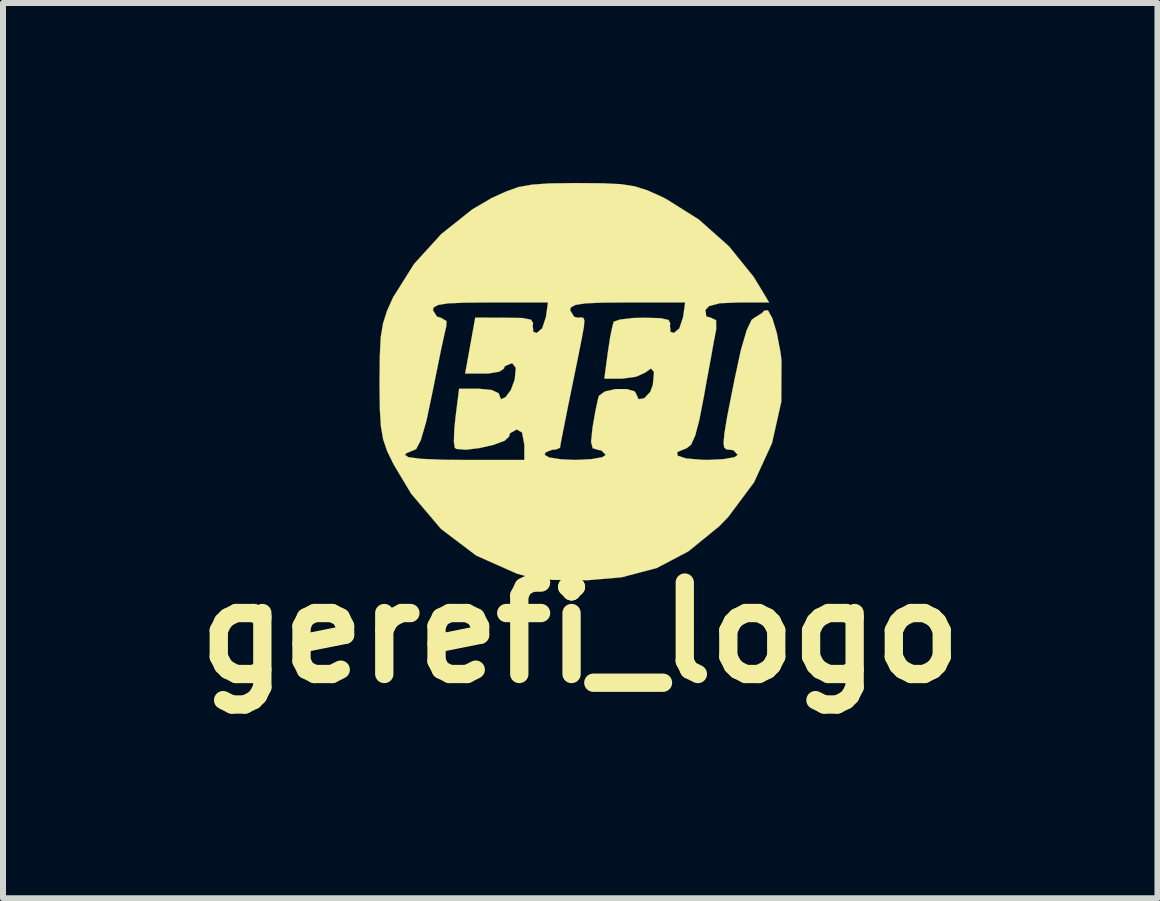
<source format=kicad_pcb>
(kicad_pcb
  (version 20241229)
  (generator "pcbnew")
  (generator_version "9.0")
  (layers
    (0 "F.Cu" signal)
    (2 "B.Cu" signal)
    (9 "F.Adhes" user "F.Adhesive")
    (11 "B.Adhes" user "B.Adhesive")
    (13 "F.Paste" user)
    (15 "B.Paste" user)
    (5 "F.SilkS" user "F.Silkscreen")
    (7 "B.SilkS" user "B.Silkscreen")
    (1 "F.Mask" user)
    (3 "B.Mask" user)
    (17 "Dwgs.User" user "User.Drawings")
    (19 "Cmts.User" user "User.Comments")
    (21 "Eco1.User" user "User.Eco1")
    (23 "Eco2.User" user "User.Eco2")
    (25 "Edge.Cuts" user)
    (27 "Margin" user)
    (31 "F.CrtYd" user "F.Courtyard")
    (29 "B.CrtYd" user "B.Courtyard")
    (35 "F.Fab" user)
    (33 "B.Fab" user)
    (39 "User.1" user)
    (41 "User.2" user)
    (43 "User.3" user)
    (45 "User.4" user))
  (footprint "gerefi_logo"
    (layer "F.Cu")
    (at 6.619 3.344)
    (property "Reference" "gerefi_logo" (at 0 4.148 0) (layer "F.SilkS") (effects (font (size 1.524 1.524) (thickness 0.305))))
    (attr through_hole)
    (fp_poly (pts (xy 3.353 -0.396) (xy 3.35 0.3) (xy 3.195 0.991) (xy 2.896 1.643) (xy 2.466 2.22) (xy 2.314 2.377) (xy 1.801 2.794) (xy 1.275 3.071) (xy 0.688 3.226) (xy 0.127 3.274) (xy -0.467 3.269) (xy -0.927 3.2) (xy -1.057 3.165) (xy -1.735 2.863) (xy -2.322 2.418) (xy -2.819 1.831) (xy -3.109 1.346) (xy -3.216 1.128) (xy -3.284 0.93) (xy -3.322 0.709) (xy -3.34 0.419) (xy -3.345 0.01) (xy -3.345 -0.043) (xy -3.34 -0.467) (xy -3.325 -0.772) (xy -3.287 -1.003) (xy -3.221 -1.212) (xy -3.117 -1.443) (xy -3.101 -1.468) (xy -2.769 -1.996) (xy -2.316 -2.494) (xy -1.798 -2.906) (xy -1.476 -3.094) (xy -1.237 -3.203) (xy -1.031 -3.277) (xy -0.805 -3.317) (xy -0.516 -3.338) (xy -0.109 -3.343) (xy -0.041 -3.343) (xy 0.378 -3.34) (xy 0.681 -3.325) (xy 0.909 -3.289) (xy 1.118 -3.223) (xy 1.354 -3.117) (xy 1.44 -3.073) (xy 1.976 -2.736) (xy 2.479 -2.289) (xy 2.888 -1.783) (xy 2.957 -1.671) (xy 3.147 -1.354) (xy 2.639 -1.354) (xy 2.327 -1.341) (xy 2.149 -1.295) (xy 2.085 -1.229) (xy 2.101 -1.12) (xy 2.172 -1.102) (xy 2.263 -1.059) (xy 2.266 -0.907) (xy 2.258 -0.869) (xy 2.223 -0.686) (xy 2.169 -0.386) (xy 2.101 -0.018) (xy 2.062 0.203) (xy 1.984 0.605) (xy 1.915 0.866) (xy 1.847 1.016) (xy 1.77 1.077) (xy 1.76 1.079) (xy 1.748 1.085) (xy 1.748 -1.354) (xy 0.79 -1.354) (xy 0.366 -1.351) (xy 0.084 -1.339) (xy -0.081 -1.313) (xy -0.155 -1.273) (xy -0.17 -1.227) (xy -0.102 -1.115) (xy -0.043 -1.1) (xy 0.015 -1.105) (xy 0.053 -1.097) (xy 0.069 -1.054) (xy 0.061 -0.95) (xy 0.025 -0.754) (xy -0.036 -0.447) (xy -0.127 0) (xy -0.208 0.396) (xy -0.274 0.729) (xy -0.32 0.963) (xy -0.338 1.067) (xy -0.338 1.069) (xy -0.409 1.097) (xy -0.465 1.1) (xy -0.538 1.128) (xy -0.538 -1.354) (xy -1.496 -1.354) (xy -1.92 -1.351) (xy -2.202 -1.339) (xy -2.367 -1.313) (xy -2.441 -1.273) (xy -2.456 -1.227) (xy -2.388 -1.118) (xy -2.324 -1.1) (xy -2.228 -1.044) (xy -2.233 -0.953) (xy -2.266 -0.813) (xy -2.324 -0.546) (xy -2.395 -0.196) (xy -2.464 0.147) (xy -2.565 0.625) (xy -2.657 0.94) (xy -2.733 1.087) (xy -2.758 1.1) (xy -2.898 1.158) (xy -2.921 1.186) (xy -2.865 1.224) (xy -2.649 1.252) (xy -2.278 1.267) (xy -1.953 1.27) (xy -0.932 1.27) (xy -0.932 1.016) (xy -0.97 0.813) (xy -1.059 0.762) (xy -1.171 0.826) (xy -1.186 0.881) (xy -1.26 0.95) (xy -1.445 1.019) (xy -1.679 1.072) (xy -1.905 1.1) (xy -2.062 1.087) (xy -2.09 1.069) (xy -2.106 0.968) (xy -2.098 0.749) (xy -2.078 0.554) (xy -2.019 0.084) (xy -1.687 0.084) (xy -1.478 0.104) (xy -1.361 0.157) (xy -1.354 0.175) (xy -1.321 0.259) (xy -1.245 0.224) (xy -1.156 0.104) (xy -1.092 -0.069) (xy -1.092 -0.071) (xy -1.074 -0.264) (xy -1.13 -0.338) (xy -1.153 -0.338) (xy -1.26 -0.29) (xy -1.27 -0.254) (xy -1.346 -0.201) (xy -1.532 -0.17) (xy -1.595 -0.17) (xy -1.918 -0.17) (xy -1.834 -0.635) (xy -1.75 -1.102) (xy -1.247 -1.1) (xy -0.965 -1.095) (xy -0.82 -1.067) (xy -0.785 -1.008) (xy -0.792 -0.973) (xy -0.782 -0.864) (xy -0.726 -0.846) (xy -0.635 -0.922) (xy -0.577 -1.097) (xy -0.574 -1.1) (xy -0.538 -1.354) (xy -0.538 1.128) (xy -0.579 1.146) (xy -0.592 1.186) (xy -0.516 1.229) (xy -0.315 1.26) (xy -0.084 1.27) (xy 0.185 1.257) (xy 0.368 1.224) (xy 0.424 1.186) (xy 0.353 1.113) (xy 0.287 1.1) (xy 0.206 1.074) (xy 0.18 0.968) (xy 0.203 0.742) (xy 0.208 0.709) (xy 0.254 0.447) (xy 0.297 0.249) (xy 0.312 0.201) (xy 0.409 0.13) (xy 0.584 0.089) (xy 0.775 0.089) (xy 0.907 0.127) (xy 0.932 0.17) (xy 0.973 0.259) (xy 1.067 0.241) (xy 1.166 0.137) (xy 1.209 0.02) (xy 1.229 -0.193) (xy 1.179 -0.254) (xy 1.082 -0.185) (xy 0.932 -0.117) (xy 0.709 -0.086) (xy 0.691 -0.084) (xy 0.401 -0.084) (xy 0.46 -0.526) (xy 0.5 -0.787) (xy 0.541 -0.978) (xy 0.559 -1.034) (xy 0.66 -1.069) (xy 0.879 -1.095) (xy 1.072 -1.1) (xy 1.341 -1.092) (xy 1.473 -1.062) (xy 1.501 -1.001) (xy 1.494 -0.975) (xy 1.504 -0.864) (xy 1.56 -0.846) (xy 1.651 -0.922) (xy 1.709 -1.097) (xy 1.712 -1.1) (xy 1.748 -1.354) (xy 1.748 1.085) (xy 1.615 1.14) (xy 1.623 1.199) (xy 1.763 1.245) (xy 2.019 1.267) (xy 2.116 1.27) (xy 2.388 1.257) (xy 2.57 1.224) (xy 2.624 1.186) (xy 2.555 1.11) (xy 2.497 1.1) (xy 2.436 1.095) (xy 2.398 1.064) (xy 2.388 0.983) (xy 2.403 0.823) (xy 2.446 0.561) (xy 2.522 0.173) (xy 2.573 -0.081) (xy 2.677 -0.564) (xy 2.774 -0.894) (xy 2.855 -1.064) (xy 2.885 -1.087) (xy 3.033 -1.181) (xy 3.063 -1.217) (xy 3.127 -1.224) (xy 3.2 -1.092) (xy 3.274 -0.851) (xy 3.335 -0.533) (xy 3.353 -0.396)) (stroke (width 0.003) (type solid)) (fill yes) (layer "F.SilkS")))
  (gr_rect
    (start -3 -3)
    (end 16.237 11.918)
    (stroke (width 0.1) (type default))
    (fill no)
    (layer "Edge.Cuts")))
</source>
